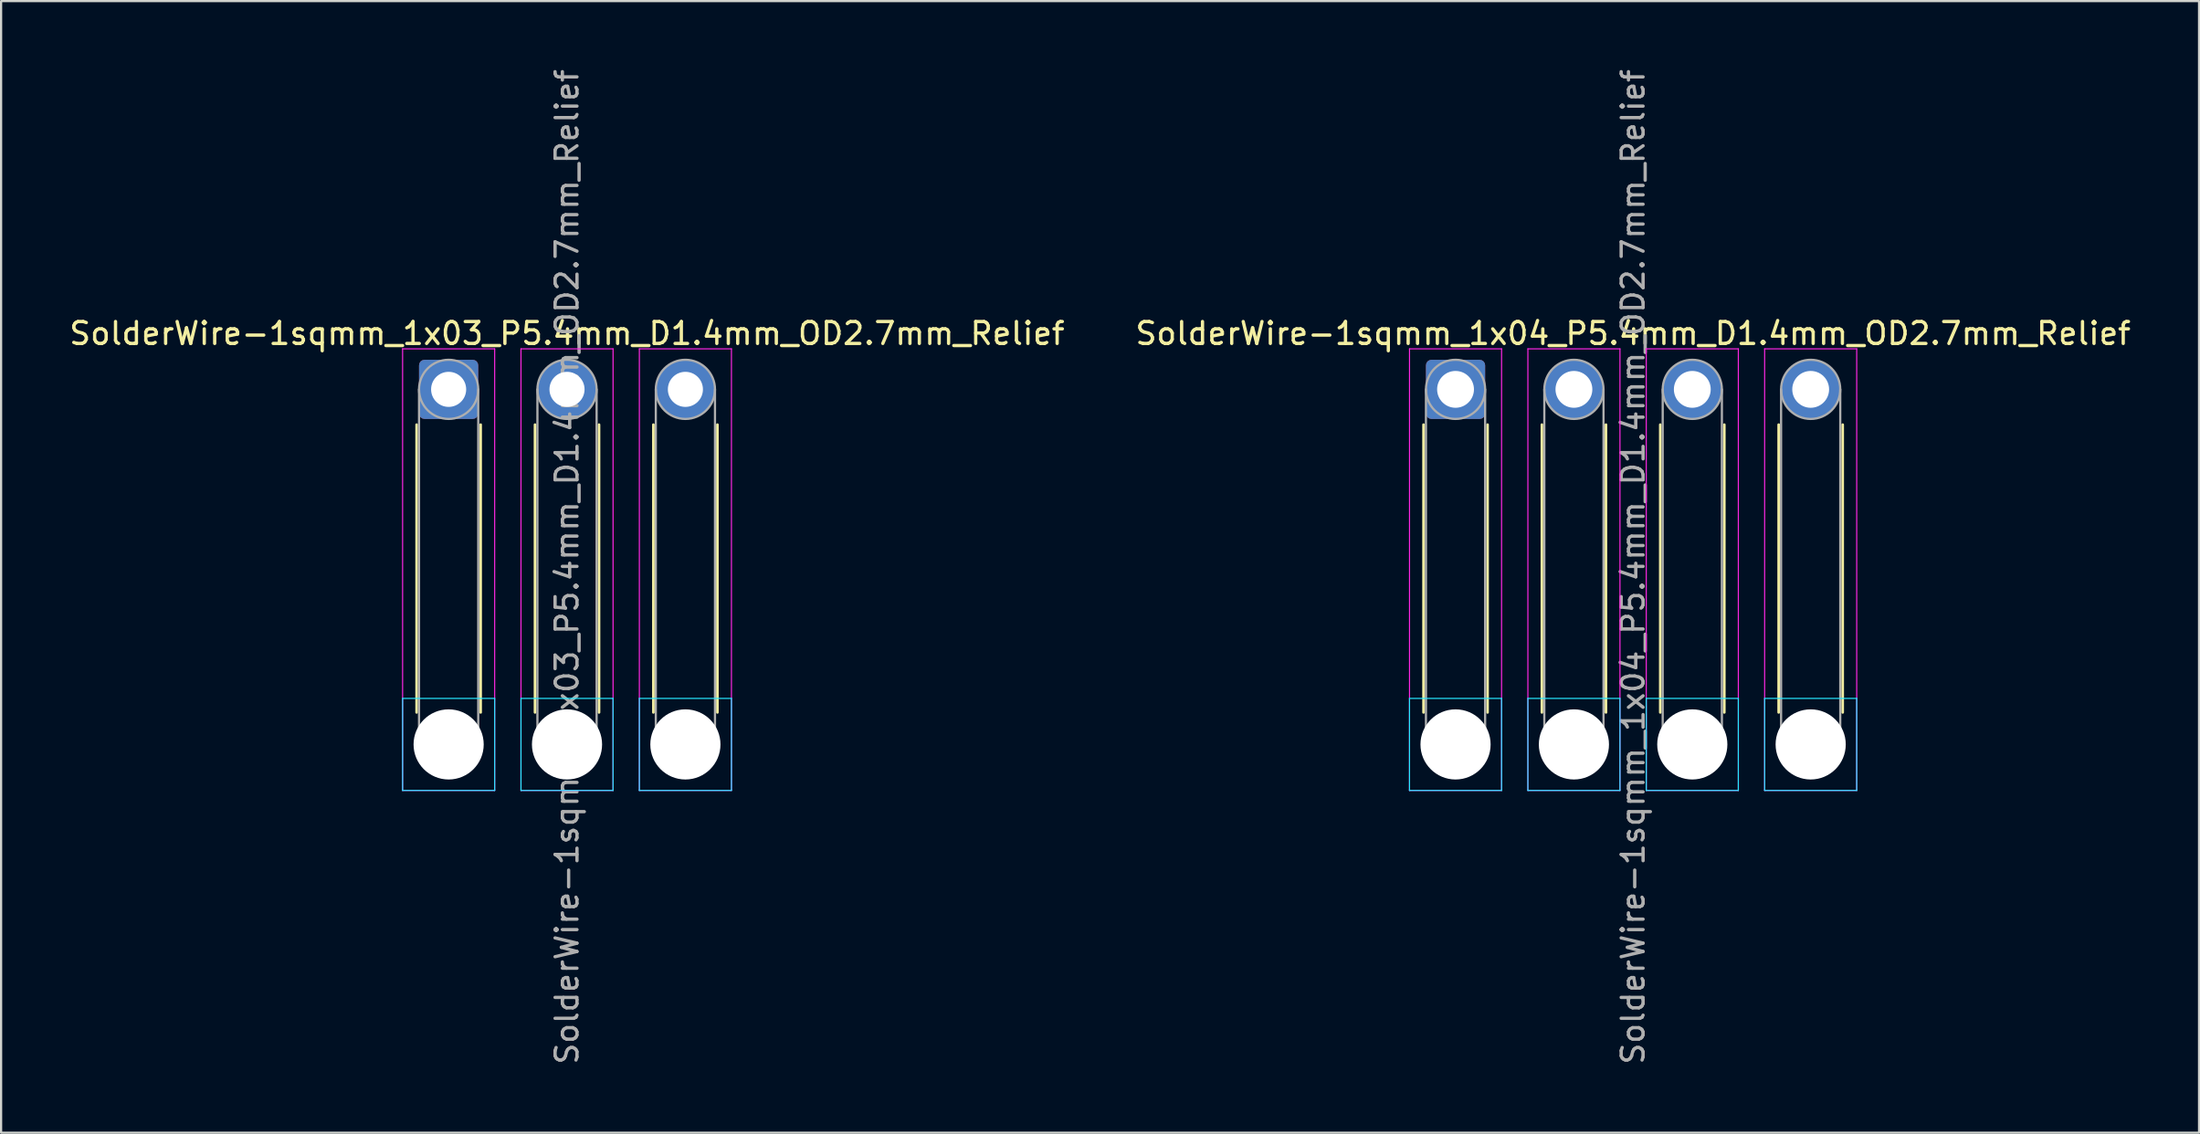
<source format=kicad_pcb>
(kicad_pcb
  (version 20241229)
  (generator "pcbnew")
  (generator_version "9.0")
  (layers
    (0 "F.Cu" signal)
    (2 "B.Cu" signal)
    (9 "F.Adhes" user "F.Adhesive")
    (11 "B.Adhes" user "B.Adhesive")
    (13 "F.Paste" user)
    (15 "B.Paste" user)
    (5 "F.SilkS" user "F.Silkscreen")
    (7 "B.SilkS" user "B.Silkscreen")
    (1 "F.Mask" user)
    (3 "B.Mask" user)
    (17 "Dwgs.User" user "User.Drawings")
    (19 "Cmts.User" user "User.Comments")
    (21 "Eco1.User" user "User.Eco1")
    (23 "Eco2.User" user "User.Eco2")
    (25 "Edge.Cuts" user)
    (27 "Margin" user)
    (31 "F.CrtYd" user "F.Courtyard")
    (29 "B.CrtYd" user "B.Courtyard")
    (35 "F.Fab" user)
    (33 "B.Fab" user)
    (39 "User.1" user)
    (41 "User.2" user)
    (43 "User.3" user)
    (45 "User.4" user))
  (footprint "SolderWire-1sqmm_1x03_P5.4mm_D1.4mm_OD2.7mm_Relief"
    (layer "F.Cu")
    (at 17.415 14.715)
    (property "Reference" "SolderWire-1sqmm_1x03_P5.4mm_D1.4mm_OD2.7mm_Relief" (at 5.4 -2.55 0) (layer "F.SilkS") (effects (font (size 1 1) (thickness 0.15))))
    (attr exclude_from_pos_files exclude_from_bom)
    (fp_line (start -1.46 1.61) (end -1.46 14.74) (stroke (width 0.12) (type solid)) (layer "F.SilkS"))
    (fp_line (start 1.46 1.61) (end 1.46 14.74) (stroke (width 0.12) (type solid)) (layer "F.SilkS"))
    (fp_line (start 3.94 1.61) (end 3.94 14.74) (stroke (width 0.12) (type solid)) (layer "F.SilkS"))
    (fp_line (start 6.86 1.61) (end 6.86 14.74) (stroke (width 0.12) (type solid)) (layer "F.SilkS"))
    (fp_line (start 9.34 1.61) (end 9.34 14.74) (stroke (width 0.12) (type solid)) (layer "F.SilkS"))
    (fp_line (start 12.26 1.61) (end 12.26 14.74) (stroke (width 0.12) (type solid)) (layer "F.SilkS"))
    (fp_line (start -2.1 14.1) (end -2.1 18.3) (stroke (width 0.05) (type solid)) (layer "B.CrtYd"))
    (fp_line (start -2.1 18.3) (end 2.1 18.3) (stroke (width 0.05) (type solid)) (layer "B.CrtYd"))
    (fp_line (start 2.1 14.1) (end -2.1 14.1) (stroke (width 0.05) (type solid)) (layer "B.CrtYd"))
    (fp_line (start 2.1 18.3) (end 2.1 14.1) (stroke (width 0.05) (type solid)) (layer "B.CrtYd"))
    (fp_line (start 3.3 14.1) (end 3.3 18.3) (stroke (width 0.05) (type solid)) (layer "B.CrtYd"))
    (fp_line (start 3.3 18.3) (end 7.5 18.3) (stroke (width 0.05) (type solid)) (layer "B.CrtYd"))
    (fp_line (start 7.5 14.1) (end 3.3 14.1) (stroke (width 0.05) (type solid)) (layer "B.CrtYd"))
    (fp_line (start 7.5 18.3) (end 7.5 14.1) (stroke (width 0.05) (type solid)) (layer "B.CrtYd"))
    (fp_line (start 8.7 14.1) (end 8.7 18.3) (stroke (width 0.05) (type solid)) (layer "B.CrtYd"))
    (fp_line (start 8.7 18.3) (end 12.9 18.3) (stroke (width 0.05) (type solid)) (layer "B.CrtYd"))
    (fp_line (start 12.9 14.1) (end 8.7 14.1) (stroke (width 0.05) (type solid)) (layer "B.CrtYd"))
    (fp_line (start 12.9 18.3) (end 12.9 14.1) (stroke (width 0.05) (type solid)) (layer "B.CrtYd"))
    (fp_line (start -2.1 -1.85) (end -2.1 18.3) (stroke (width 0.05) (type solid)) (layer "F.CrtYd"))
    (fp_line (start -2.1 18.3) (end 2.1 18.3) (stroke (width 0.05) (type solid)) (layer "F.CrtYd"))
    (fp_line (start 2.1 -1.85) (end -2.1 -1.85) (stroke (width 0.05) (type solid)) (layer "F.CrtYd"))
    (fp_line (start 2.1 18.3) (end 2.1 -1.85) (stroke (width 0.05) (type solid)) (layer "F.CrtYd"))
    (fp_line (start 3.3 -1.85) (end 3.3 18.3) (stroke (width 0.05) (type solid)) (layer "F.CrtYd"))
    (fp_line (start 3.3 18.3) (end 7.5 18.3) (stroke (width 0.05) (type solid)) (layer "F.CrtYd"))
    (fp_line (start 7.5 -1.85) (end 3.3 -1.85) (stroke (width 0.05) (type solid)) (layer "F.CrtYd"))
    (fp_line (start 7.5 18.3) (end 7.5 -1.85) (stroke (width 0.05) (type solid)) (layer "F.CrtYd"))
    (fp_line (start 8.7 -1.85) (end 8.7 18.3) (stroke (width 0.05) (type solid)) (layer "F.CrtYd"))
    (fp_line (start 8.7 18.3) (end 12.9 18.3) (stroke (width 0.05) (type solid)) (layer "F.CrtYd"))
    (fp_line (start 12.9 -1.85) (end 8.7 -1.85) (stroke (width 0.05) (type solid)) (layer "F.CrtYd"))
    (fp_line (start 12.9 18.3) (end 12.9 -1.85) (stroke (width 0.05) (type solid)) (layer "F.CrtYd"))
    (fp_line (start -1.35 0) (end -1.35 16.2) (stroke (width 0.1) (type solid)) (layer "F.Fab"))
    (fp_line (start 1.35 0) (end 1.35 16.2) (stroke (width 0.1) (type solid)) (layer "F.Fab"))
    (fp_line (start 4.05 0) (end 4.05 16.2) (stroke (width 0.1) (type solid)) (layer "F.Fab"))
    (fp_line (start 6.75 0) (end 6.75 16.2) (stroke (width 0.1) (type solid)) (layer "F.Fab"))
    (fp_line (start 9.45 0) (end 9.45 16.2) (stroke (width 0.1) (type solid)) (layer "F.Fab"))
    (fp_line (start 12.15 0) (end 12.15 16.2) (stroke (width 0.1) (type solid)) (layer "F.Fab"))
    (fp_circle (center 0 0) (end 1.35 0) (stroke (width 0.1) (type solid)) (fill no) (layer "F.Fab"))
    (fp_circle (center 0 16.2) (end 1.35 16.2) (stroke (width 0.1) (type solid)) (fill no) (layer "F.Fab"))
    (fp_circle (center 5.4 0) (end 6.75 0) (stroke (width 0.1) (type solid)) (fill no) (layer "F.Fab"))
    (fp_circle (center 5.4 16.2) (end 6.75 16.2) (stroke (width 0.1) (type solid)) (fill no) (layer "F.Fab"))
    (fp_circle (center 10.8 0) (end 12.15 0) (stroke (width 0.1) (type solid)) (fill no) (layer "F.Fab"))
    (fp_circle (center 10.8 16.2) (end 12.15 16.2) (stroke (width 0.1) (type solid)) (fill no) (layer "F.Fab"))
    (fp_text user "${REFERENCE}" (at 5.4 8.1 90) (layer "F.Fab") (effects (font (size 1 1) (thickness 0.15))))
    (pad "" np_thru_hole circle (at 0 16.2) (size 3.2 3.2) (drill 3.2) (layers "*.Cu" "*.Mask"))
    (pad "" np_thru_hole circle (at 5.4 16.2) (size 3.2 3.2) (drill 3.2) (layers "*.Cu" "*.Mask"))
    (pad "" np_thru_hole circle (at 10.8 16.2) (size 3.2 3.2) (drill 3.2) (layers "*.Cu" "*.Mask"))
    (pad "1" thru_hole roundrect (at 0 0) (size 2.7 2.7) (drill 1.6) (layers "*.Cu" "*.Mask") (roundrect_rratio 0.093))
    (pad "2" thru_hole circle (at 5.4 0) (size 2.7 2.7) (drill 1.6) (layers "*.Cu" "*.Mask"))
    (pad "3" thru_hole circle (at 10.8 0) (size 2.7 2.7) (drill 1.6) (layers "*.Cu" "*.Mask")))
  (footprint "SolderWire-1sqmm_1x04_P5.4mm_D1.4mm_OD2.7mm_Relief"
    (layer "F.Cu")
    (at 63.346 14.715)
    (property "Reference" "SolderWire-1sqmm_1x04_P5.4mm_D1.4mm_OD2.7mm_Relief" (at 8.1 -2.55 0) (layer "F.SilkS") (effects (font (size 1 1) (thickness 0.15))))
    (attr exclude_from_pos_files exclude_from_bom)
    (fp_line (start -1.46 1.61) (end -1.46 14.74) (stroke (width 0.12) (type solid)) (layer "F.SilkS"))
    (fp_line (start 1.46 1.61) (end 1.46 14.74) (stroke (width 0.12) (type solid)) (layer "F.SilkS"))
    (fp_line (start 3.94 1.61) (end 3.94 14.74) (stroke (width 0.12) (type solid)) (layer "F.SilkS"))
    (fp_line (start 6.86 1.61) (end 6.86 14.74) (stroke (width 0.12) (type solid)) (layer "F.SilkS"))
    (fp_line (start 9.34 1.61) (end 9.34 14.74) (stroke (width 0.12) (type solid)) (layer "F.SilkS"))
    (fp_line (start 12.26 1.61) (end 12.26 14.74) (stroke (width 0.12) (type solid)) (layer "F.SilkS"))
    (fp_line (start 14.74 1.61) (end 14.74 14.74) (stroke (width 0.12) (type solid)) (layer "F.SilkS"))
    (fp_line (start 17.66 1.61) (end 17.66 14.74) (stroke (width 0.12) (type solid)) (layer "F.SilkS"))
    (fp_line (start -2.1 14.1) (end -2.1 18.3) (stroke (width 0.05) (type solid)) (layer "B.CrtYd"))
    (fp_line (start -2.1 18.3) (end 2.1 18.3) (stroke (width 0.05) (type solid)) (layer "B.CrtYd"))
    (fp_line (start 2.1 14.1) (end -2.1 14.1) (stroke (width 0.05) (type solid)) (layer "B.CrtYd"))
    (fp_line (start 2.1 18.3) (end 2.1 14.1) (stroke (width 0.05) (type solid)) (layer "B.CrtYd"))
    (fp_line (start 3.3 14.1) (end 3.3 18.3) (stroke (width 0.05) (type solid)) (layer "B.CrtYd"))
    (fp_line (start 3.3 18.3) (end 7.5 18.3) (stroke (width 0.05) (type solid)) (layer "B.CrtYd"))
    (fp_line (start 7.5 14.1) (end 3.3 14.1) (stroke (width 0.05) (type solid)) (layer "B.CrtYd"))
    (fp_line (start 7.5 18.3) (end 7.5 14.1) (stroke (width 0.05) (type solid)) (layer "B.CrtYd"))
    (fp_line (start 8.7 14.1) (end 8.7 18.3) (stroke (width 0.05) (type solid)) (layer "B.CrtYd"))
    (fp_line (start 8.7 18.3) (end 12.9 18.3) (stroke (width 0.05) (type solid)) (layer "B.CrtYd"))
    (fp_line (start 12.9 14.1) (end 8.7 14.1) (stroke (width 0.05) (type solid)) (layer "B.CrtYd"))
    (fp_line (start 12.9 18.3) (end 12.9 14.1) (stroke (width 0.05) (type solid)) (layer "B.CrtYd"))
    (fp_line (start 14.1 14.1) (end 14.1 18.3) (stroke (width 0.05) (type solid)) (layer "B.CrtYd"))
    (fp_line (start 14.1 18.3) (end 18.3 18.3) (stroke (width 0.05) (type solid)) (layer "B.CrtYd"))
    (fp_line (start 18.3 14.1) (end 14.1 14.1) (stroke (width 0.05) (type solid)) (layer "B.CrtYd"))
    (fp_line (start 18.3 18.3) (end 18.3 14.1) (stroke (width 0.05) (type solid)) (layer "B.CrtYd"))
    (fp_line (start -2.1 -1.85) (end -2.1 18.3) (stroke (width 0.05) (type solid)) (layer "F.CrtYd"))
    (fp_line (start -2.1 18.3) (end 2.1 18.3) (stroke (width 0.05) (type solid)) (layer "F.CrtYd"))
    (fp_line (start 2.1 -1.85) (end -2.1 -1.85) (stroke (width 0.05) (type solid)) (layer "F.CrtYd"))
    (fp_line (start 2.1 18.3) (end 2.1 -1.85) (stroke (width 0.05) (type solid)) (layer "F.CrtYd"))
    (fp_line (start 3.3 -1.85) (end 3.3 18.3) (stroke (width 0.05) (type solid)) (layer "F.CrtYd"))
    (fp_line (start 3.3 18.3) (end 7.5 18.3) (stroke (width 0.05) (type solid)) (layer "F.CrtYd"))
    (fp_line (start 7.5 -1.85) (end 3.3 -1.85) (stroke (width 0.05) (type solid)) (layer "F.CrtYd"))
    (fp_line (start 7.5 18.3) (end 7.5 -1.85) (stroke (width 0.05) (type solid)) (layer "F.CrtYd"))
    (fp_line (start 8.7 -1.85) (end 8.7 18.3) (stroke (width 0.05) (type solid)) (layer "F.CrtYd"))
    (fp_line (start 8.7 18.3) (end 12.9 18.3) (stroke (width 0.05) (type solid)) (layer "F.CrtYd"))
    (fp_line (start 12.9 -1.85) (end 8.7 -1.85) (stroke (width 0.05) (type solid)) (layer "F.CrtYd"))
    (fp_line (start 12.9 18.3) (end 12.9 -1.85) (stroke (width 0.05) (type solid)) (layer "F.CrtYd"))
    (fp_line (start 14.1 -1.85) (end 14.1 18.3) (stroke (width 0.05) (type solid)) (layer "F.CrtYd"))
    (fp_line (start 14.1 18.3) (end 18.3 18.3) (stroke (width 0.05) (type solid)) (layer "F.CrtYd"))
    (fp_line (start 18.3 -1.85) (end 14.1 -1.85) (stroke (width 0.05) (type solid)) (layer "F.CrtYd"))
    (fp_line (start 18.3 18.3) (end 18.3 -1.85) (stroke (width 0.05) (type solid)) (layer "F.CrtYd"))
    (fp_line (start -1.35 0) (end -1.35 16.2) (stroke (width 0.1) (type solid)) (layer "F.Fab"))
    (fp_line (start 1.35 0) (end 1.35 16.2) (stroke (width 0.1) (type solid)) (layer "F.Fab"))
    (fp_line (start 4.05 0) (end 4.05 16.2) (stroke (width 0.1) (type solid)) (layer "F.Fab"))
    (fp_line (start 6.75 0) (end 6.75 16.2) (stroke (width 0.1) (type solid)) (layer "F.Fab"))
    (fp_line (start 9.45 0) (end 9.45 16.2) (stroke (width 0.1) (type solid)) (layer "F.Fab"))
    (fp_line (start 12.15 0) (end 12.15 16.2) (stroke (width 0.1) (type solid)) (layer "F.Fab"))
    (fp_line (start 14.85 0) (end 14.85 16.2) (stroke (width 0.1) (type solid)) (layer "F.Fab"))
    (fp_line (start 17.55 0) (end 17.55 16.2) (stroke (width 0.1) (type solid)) (layer "F.Fab"))
    (fp_circle (center 0 0) (end 1.35 0) (stroke (width 0.1) (type solid)) (fill no) (layer "F.Fab"))
    (fp_circle (center 0 16.2) (end 1.35 16.2) (stroke (width 0.1) (type solid)) (fill no) (layer "F.Fab"))
    (fp_circle (center 5.4 0) (end 6.75 0) (stroke (width 0.1) (type solid)) (fill no) (layer "F.Fab"))
    (fp_circle (center 5.4 16.2) (end 6.75 16.2) (stroke (width 0.1) (type solid)) (fill no) (layer "F.Fab"))
    (fp_circle (center 10.8 0) (end 12.15 0) (stroke (width 0.1) (type solid)) (fill no) (layer "F.Fab"))
    (fp_circle (center 10.8 16.2) (end 12.15 16.2) (stroke (width 0.1) (type solid)) (fill no) (layer "F.Fab"))
    (fp_circle (center 16.2 0) (end 17.55 0) (stroke (width 0.1) (type solid)) (fill no) (layer "F.Fab"))
    (fp_circle (center 16.2 16.2) (end 17.55 16.2) (stroke (width 0.1) (type solid)) (fill no) (layer "F.Fab"))
    (fp_text user "${REFERENCE}" (at 8.1 8.1 90) (layer "F.Fab") (effects (font (size 1 1) (thickness 0.15))))
    (pad "" np_thru_hole circle (at 0 16.2) (size 3.2 3.2) (drill 3.2) (layers "*.Cu" "*.Mask"))
    (pad "" np_thru_hole circle (at 5.4 16.2) (size 3.2 3.2) (drill 3.2) (layers "*.Cu" "*.Mask"))
    (pad "" np_thru_hole circle (at 10.8 16.2) (size 3.2 3.2) (drill 3.2) (layers "*.Cu" "*.Mask"))
    (pad "" np_thru_hole circle (at 16.2 16.2) (size 3.2 3.2) (drill 3.2) (layers "*.Cu" "*.Mask"))
    (pad "1" thru_hole roundrect (at 0 0) (size 2.7 2.7) (drill 1.68) (layers "*.Cu" "*.Mask") (roundrect_rratio 0.093))
    (pad "2" thru_hole circle (at 5.4 0) (size 2.7 2.7) (drill 1.68) (layers "*.Cu" "*.Mask"))
    (pad "3" thru_hole circle (at 10.8 0) (size 2.7 2.7) (drill 1.68) (layers "*.Cu" "*.Mask"))
    (pad "4" thru_hole circle (at 16.2 0) (size 2.7 2.7) (drill 1.68) (layers "*.Cu" "*.Mask")))
  (gr_rect
    (start -3 -3)
    (end 97.262 48.631)
    (stroke (width 0.1) (type default))
    (fill no)
    (layer "Edge.Cuts")))
</source>
